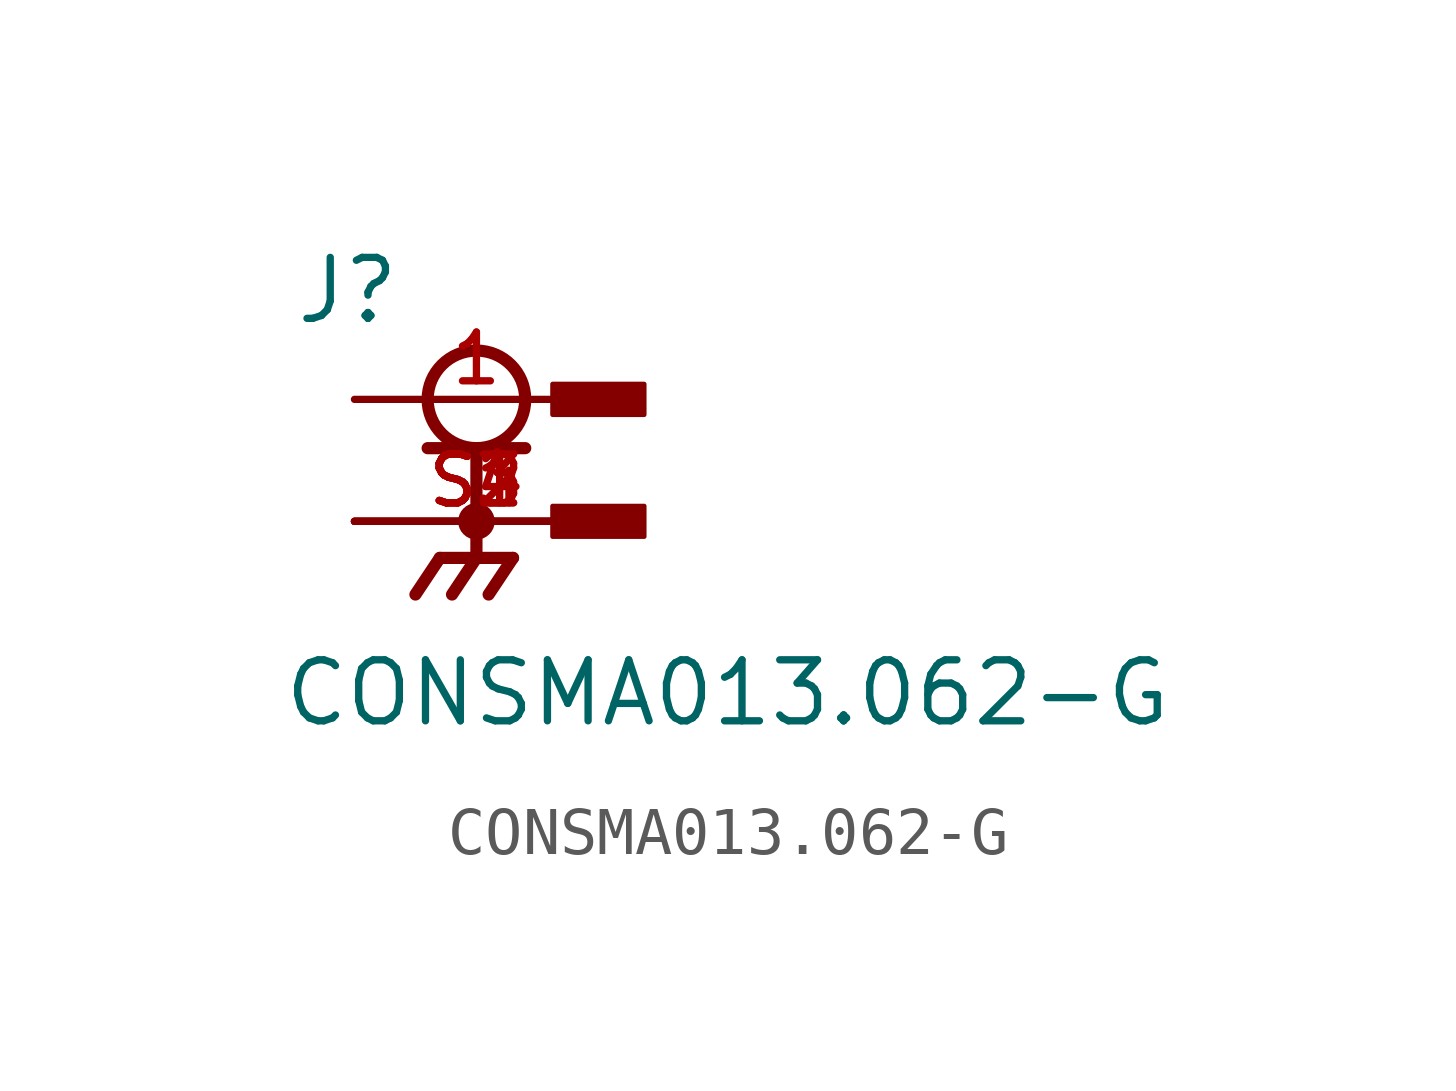
<source format=kicad_sym>
(kicad_symbol_lib
  (version 20211014)
  (generator kicad_symbol_editor)
  (symbol "CONSMA013.062-G"
    (pin_names
      (offset 1.016))
    (property "Reference" "J"
      (at -3.81 1.524 0)
      (effects (font (size 1.27 1.27)) (justify bottom left)))
    (property "Value" "CONSMA013.062-G"
      (at -4.064 -6.858 0)
      (effects (font (size 1.27 1.27)) (justify bottom left)))
    (symbol "CONSMA013.062-G_0_0"
      (circle (center 0.0 0.0) (radius 1.016) (stroke (width 0.254)) (fill (type none)))
      (polyline (pts (xy -1.016 -1.016) (xy 0.0 -1.016)) (stroke (width 0.254)))
      (polyline (pts (xy 0.0 -1.016) (xy 1.016 -1.016)) (stroke (width 0.254)))
      (polyline (pts (xy 0.0 -1.016) (xy 0.0 -3.302)) (stroke (width 0.254)))
      (circle (center 0.0 -2.54) (radius 0.254) (stroke (width 0.254)) (fill (type none)))
      (polyline (pts (xy 0.0 -3.302) (xy -0.762 -3.302)) (stroke (width 0.254)))
      (polyline (pts (xy 0.0 -3.302) (xy 0.762 -3.302)) (stroke (width 0.254)))
      (polyline (pts (xy -0.762 -3.302) (xy -1.27 -4.064)) (stroke (width 0.254)))
      (polyline (pts (xy 0.0 -3.302) (xy -0.508 -4.064)) (stroke (width 0.254)))
      (polyline (pts (xy 0.762 -3.302) (xy 0.254 -4.064)) (stroke (width 0.254)))
      (rectangle (start 1.587 -0.318) (end 3.493 0.318) (stroke (width 0.1)) (fill (type outline)))
      (rectangle (start 1.587 -2.857) (end 3.493 -2.223) (stroke (width 0.1)) (fill (type outline)))
      (pin passive line (at -2.54 0.0 0) (length 5.08) (name "~" (effects (font (size 1.016 1.016)))) (number "1" (effects (font (size 1.016 1.016)))))
      (pin passive line (at -2.54 -2.54 0) (length 5.08) (name "~" (effects (font (size 1.016 1.016)))) (number "S1" (effects (font (size 1.016 1.016)))))
      (pin passive line (at -2.54 -2.54 0) (length 5.08) (name "~" (effects (font (size 1.016 1.016)))) (number "S2" (effects (font (size 1.016 1.016)))))
      (pin passive line (at -2.54 -2.54 0) (length 5.08) (name "~" (effects (font (size 1.016 1.016)))) (number "S3" (effects (font (size 1.016 1.016)))))
      (pin passive line (at -2.54 -2.54 0) (length 5.08) (name "~" (effects (font (size 1.016 1.016)))) (number "S4" (effects (font (size 1.016 1.016))))))))
</source>
